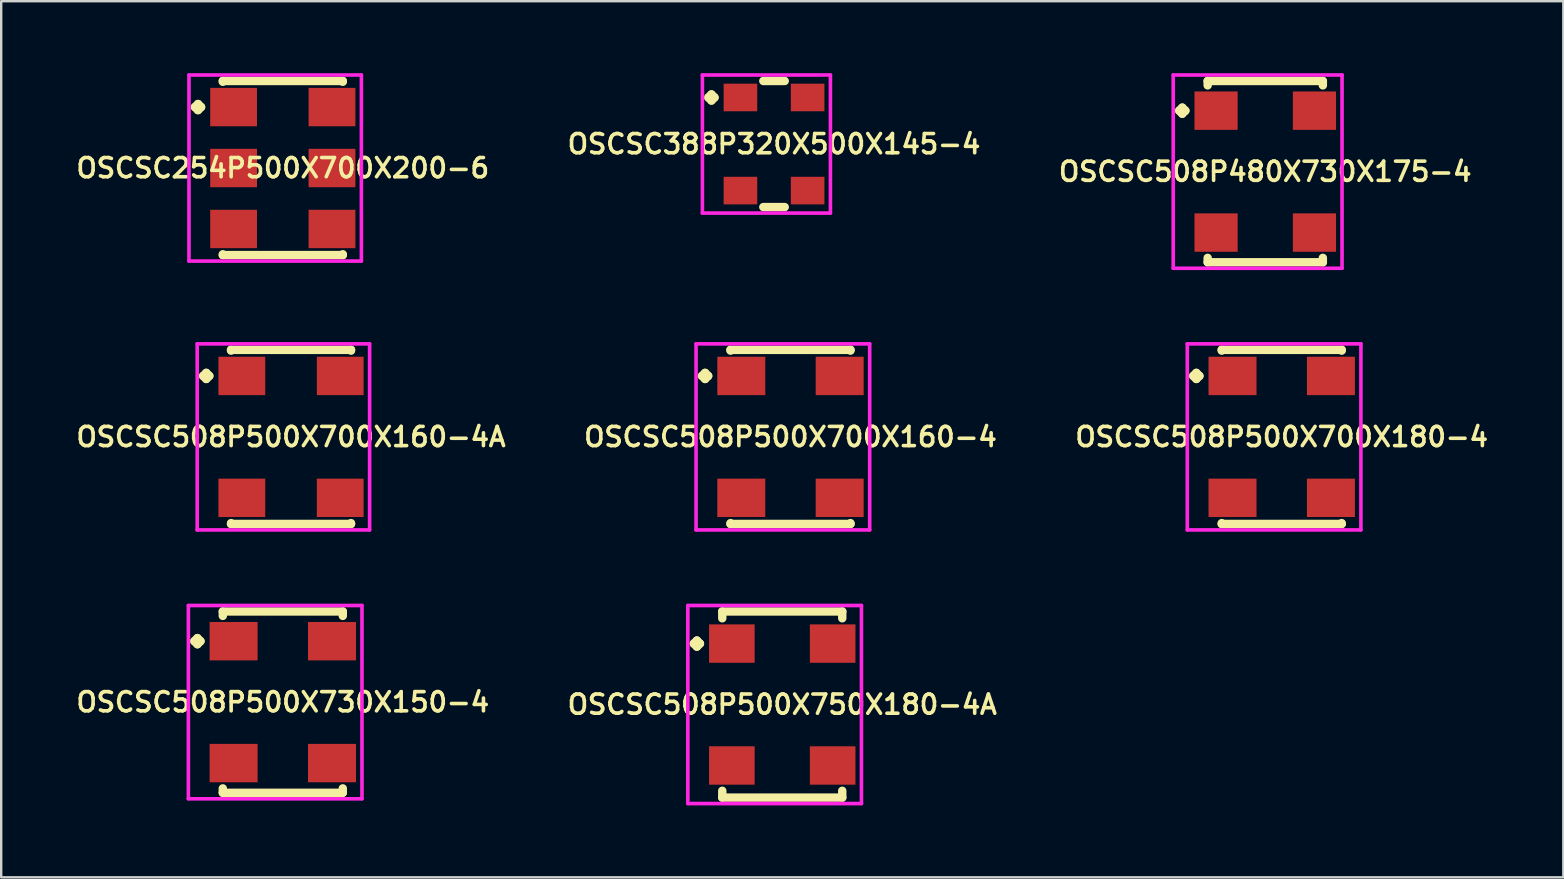
<source format=kicad_pcb>
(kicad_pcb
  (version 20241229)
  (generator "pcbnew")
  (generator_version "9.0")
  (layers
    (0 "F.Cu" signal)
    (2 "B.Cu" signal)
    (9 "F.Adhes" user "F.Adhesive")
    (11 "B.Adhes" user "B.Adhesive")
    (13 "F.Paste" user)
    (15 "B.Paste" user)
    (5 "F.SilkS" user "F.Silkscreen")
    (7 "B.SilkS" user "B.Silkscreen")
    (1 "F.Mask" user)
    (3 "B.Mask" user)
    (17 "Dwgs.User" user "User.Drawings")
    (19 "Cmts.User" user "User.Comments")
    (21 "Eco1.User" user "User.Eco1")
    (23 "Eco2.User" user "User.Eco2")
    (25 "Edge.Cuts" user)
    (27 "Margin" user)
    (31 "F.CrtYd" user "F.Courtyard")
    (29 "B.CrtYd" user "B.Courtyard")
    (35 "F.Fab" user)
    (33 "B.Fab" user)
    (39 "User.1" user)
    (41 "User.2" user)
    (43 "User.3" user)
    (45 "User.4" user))
  (footprint "OSCSC508P500X750X180-4A"
    (layer "F.Cu")
    (at 29.549 26.31)
    (property "Reference" "OSCSC508P500X750X180-4A" (at 0 0 0) (layer "F.SilkS") (effects (font (size 0.8 0.8) (thickness 0.15))))
    (attr smd)
    (fp_line (start -3.685 -2.54) (end -3.558 -2.667) (stroke (width 0.35) (type solid)) (layer "F.SilkS"))
    (fp_line (start -3.558 -2.667) (end -3.431 -2.54) (stroke (width 0.35) (type solid)) (layer "F.SilkS"))
    (fp_line (start -3.558 -2.413) (end -3.685 -2.54) (stroke (width 0.35) (type solid)) (layer "F.SilkS"))
    (fp_line (start -3.431 -2.54) (end -3.558 -2.413) (stroke (width 0.35) (type solid)) (layer "F.SilkS"))
    (fp_line (start -2.5 -3.877) (end 2.5 -3.877) (stroke (width 0.35) (type solid)) (layer "F.SilkS"))
    (fp_line (start -2.5 -3.594) (end -2.5 -3.877) (stroke (width 0.35) (type solid)) (layer "F.SilkS"))
    (fp_line (start -2.5 3.594) (end -2.5 3.877) (stroke (width 0.35) (type solid)) (layer "F.SilkS"))
    (fp_line (start -2.5 3.877) (end 2.5 3.877) (stroke (width 0.35) (type solid)) (layer "F.SilkS"))
    (fp_line (start 2.5 -3.877) (end 2.5 -3.594) (stroke (width 0.35) (type solid)) (layer "F.SilkS"))
    (fp_line (start 2.5 3.877) (end 2.5 3.594) (stroke (width 0.35) (type solid)) (layer "F.SilkS"))
    (fp_line (start -3.935 -4.127) (end 3.3 -4.127) (stroke (width 0.15) (type solid)) (layer "F.CrtYd"))
    (fp_line (start -3.935 4.127) (end -3.935 -4.127) (stroke (width 0.15) (type solid)) (layer "F.CrtYd"))
    (fp_line (start 3.3 -4.127) (end 3.3 4.127) (stroke (width 0.15) (type solid)) (layer "F.CrtYd"))
    (fp_line (start 3.3 4.127) (end -3.935 4.127) (stroke (width 0.15) (type solid)) (layer "F.CrtYd"))
    (pad "1" smd rect (at -2.1 -2.54) (size 1.9 1.6) (layers "F.Cu" "F.Mask" "F.Paste"))
    (pad "2" smd rect (at -2.1 2.54) (size 1.9 1.6) (layers "F.Cu" "F.Mask" "F.Paste"))
    (pad "3" smd rect (at 2.1 2.54) (size 1.9 1.6) (layers "F.Cu" "F.Mask" "F.Paste"))
    (pad "4" smd rect (at 2.1 -2.54) (size 1.9 1.6) (layers "F.Cu" "F.Mask" "F.Paste")))
  (footprint "OSCSC508P500X700X160-4A"
    (layer "F.Cu")
    (at 9.078 15.156)
    (property "Reference" "OSCSC508P500X700X160-4A" (at 0 0 0) (layer "F.SilkS") (effects (font (size 0.8 0.8) (thickness 0.15))))
    (attr smd)
    (fp_line (start -3.66 -2.54) (end -3.533 -2.667) (stroke (width 0.35) (type solid)) (layer "F.SilkS"))
    (fp_line (start -3.533 -2.667) (end -3.406 -2.54) (stroke (width 0.35) (type solid)) (layer "F.SilkS"))
    (fp_line (start -3.533 -2.413) (end -3.66 -2.54) (stroke (width 0.35) (type solid)) (layer "F.SilkS"))
    (fp_line (start -3.406 -2.54) (end -3.533 -2.413) (stroke (width 0.35) (type solid)) (layer "F.SilkS"))
    (fp_line (start -2.5 -3.627) (end 2.5 -3.627) (stroke (width 0.35) (type solid)) (layer "F.SilkS"))
    (fp_line (start -2.5 -3.594) (end -2.5 -3.627) (stroke (width 0.35) (type solid)) (layer "F.SilkS"))
    (fp_line (start -2.5 3.594) (end -2.5 3.627) (stroke (width 0.35) (type solid)) (layer "F.SilkS"))
    (fp_line (start -2.5 3.627) (end 2.5 3.627) (stroke (width 0.35) (type solid)) (layer "F.SilkS"))
    (fp_line (start 2.5 -3.627) (end 2.5 -3.594) (stroke (width 0.35) (type solid)) (layer "F.SilkS"))
    (fp_line (start 2.5 3.627) (end 2.5 3.594) (stroke (width 0.35) (type solid)) (layer "F.SilkS"))
    (fp_line (start -3.91 -3.877) (end 3.275 -3.877) (stroke (width 0.15) (type solid)) (layer "F.CrtYd"))
    (fp_line (start -3.91 3.877) (end -3.91 -3.877) (stroke (width 0.15) (type solid)) (layer "F.CrtYd"))
    (fp_line (start 3.275 -3.877) (end 3.275 3.877) (stroke (width 0.15) (type solid)) (layer "F.CrtYd"))
    (fp_line (start 3.275 3.877) (end -3.91 3.877) (stroke (width 0.15) (type solid)) (layer "F.CrtYd"))
    (pad "1" smd rect (at -2.05 -2.54) (size 1.95 1.6) (layers "F.Cu" "F.Mask" "F.Paste"))
    (pad "2" smd rect (at -2.05 2.54) (size 1.95 1.6) (layers "F.Cu" "F.Mask" "F.Paste"))
    (pad "3" smd rect (at 2.05 2.54) (size 1.95 1.6) (layers "F.Cu" "F.Mask" "F.Paste"))
    (pad "4" smd rect (at 2.05 -2.54) (size 1.95 1.6) (layers "F.Cu" "F.Mask" "F.Paste")))
  (footprint "OSCSC508P500X700X180-4"
    (layer "F.Cu")
    (at 50.363 15.156)
    (property "Reference" "OSCSC508P500X700X180-4" (at 0 0 0) (layer "F.SilkS") (effects (font (size 0.8 0.8) (thickness 0.15))))
    (attr smd)
    (fp_line (start -3.685 -2.54) (end -3.558 -2.667) (stroke (width 0.35) (type solid)) (layer "F.SilkS"))
    (fp_line (start -3.558 -2.667) (end -3.431 -2.54) (stroke (width 0.35) (type solid)) (layer "F.SilkS"))
    (fp_line (start -3.558 -2.413) (end -3.685 -2.54) (stroke (width 0.35) (type solid)) (layer "F.SilkS"))
    (fp_line (start -3.431 -2.54) (end -3.558 -2.413) (stroke (width 0.35) (type solid)) (layer "F.SilkS"))
    (fp_line (start -2.5 -3.627) (end 2.5 -3.627) (stroke (width 0.35) (type solid)) (layer "F.SilkS"))
    (fp_line (start -2.5 -3.594) (end -2.5 -3.627) (stroke (width 0.35) (type solid)) (layer "F.SilkS"))
    (fp_line (start -2.5 3.594) (end -2.5 3.627) (stroke (width 0.35) (type solid)) (layer "F.SilkS"))
    (fp_line (start -2.5 3.627) (end 2.5 3.627) (stroke (width 0.35) (type solid)) (layer "F.SilkS"))
    (fp_line (start 2.5 -3.627) (end 2.5 -3.594) (stroke (width 0.35) (type solid)) (layer "F.SilkS"))
    (fp_line (start 2.5 3.627) (end 2.5 3.594) (stroke (width 0.35) (type solid)) (layer "F.SilkS"))
    (fp_line (start -3.935 -3.877) (end 3.3 -3.877) (stroke (width 0.15) (type solid)) (layer "F.CrtYd"))
    (fp_line (start -3.935 3.877) (end -3.935 -3.877) (stroke (width 0.15) (type solid)) (layer "F.CrtYd"))
    (fp_line (start 3.3 -3.877) (end 3.3 3.877) (stroke (width 0.15) (type solid)) (layer "F.CrtYd"))
    (fp_line (start 3.3 3.877) (end -3.935 3.877) (stroke (width 0.15) (type solid)) (layer "F.CrtYd"))
    (pad "1" smd rect (at -2.05 -2.54) (size 2 1.6) (layers "F.Cu" "F.Mask" "F.Paste"))
    (pad "2" smd rect (at -2.05 2.54) (size 2 1.6) (layers "F.Cu" "F.Mask" "F.Paste"))
    (pad "3" smd rect (at 2.05 2.54) (size 2 1.6) (layers "F.Cu" "F.Mask" "F.Paste"))
    (pad "4" smd rect (at 2.05 -2.54) (size 2 1.6) (layers "F.Cu" "F.Mask" "F.Paste")))
  (footprint "OSCSC388P320X500X145-4"
    (layer "F.Cu")
    (at 29.206 2.952)
    (property "Reference" "OSCSC388P320X500X145-4" (at 0 0 0) (layer "F.SilkS") (effects (font (size 0.8 0.8) (thickness 0.15))))
    (attr smd)
    (fp_line (start -2.735 -1.94) (end -2.608 -2.067) (stroke (width 0.35) (type solid)) (layer "F.SilkS"))
    (fp_line (start -2.608 -2.067) (end -2.481 -1.94) (stroke (width 0.35) (type solid)) (layer "F.SilkS"))
    (fp_line (start -2.608 -1.813) (end -2.735 -1.94) (stroke (width 0.35) (type solid)) (layer "F.SilkS"))
    (fp_line (start -2.481 -1.94) (end -2.608 -1.813) (stroke (width 0.35) (type solid)) (layer "F.SilkS"))
    (fp_line (start -0.446 -2.627) (end 0.446 -2.627) (stroke (width 0.35) (type solid)) (layer "F.SilkS"))
    (fp_line (start -0.446 2.627) (end 0.446 2.627) (stroke (width 0.35) (type solid)) (layer "F.SilkS"))
    (fp_line (start -2.985 -2.877) (end 2.35 -2.877) (stroke (width 0.15) (type solid)) (layer "F.CrtYd"))
    (fp_line (start -2.985 2.877) (end -2.985 -2.877) (stroke (width 0.15) (type solid)) (layer "F.CrtYd"))
    (fp_line (start 2.35 -2.877) (end 2.35 2.877) (stroke (width 0.15) (type solid)) (layer "F.CrtYd"))
    (fp_line (start 2.35 2.877) (end -2.985 2.877) (stroke (width 0.15) (type solid)) (layer "F.CrtYd"))
    (pad "1" smd rect (at -1.4 -1.94) (size 1.4 1.15) (layers "F.Cu" "F.Mask" "F.Paste"))
    (pad "2" smd rect (at -1.4 1.94) (size 1.4 1.15) (layers "F.Cu" "F.Mask" "F.Paste"))
    (pad "3" smd rect (at 1.4 1.94) (size 1.4 1.15) (layers "F.Cu" "F.Mask" "F.Paste"))
    (pad "4" smd rect (at 1.4 -1.94) (size 1.4 1.15) (layers "F.Cu" "F.Mask" "F.Paste")))
  (footprint "OSCSC508P480X730X175-4"
    (layer "F.Cu")
    (at 49.677 4.102)
    (property "Reference" "OSCSC508P480X730X175-4" (at 0 0 0) (layer "F.SilkS") (effects (font (size 0.8 0.8) (thickness 0.15))))
    (attr smd)
    (fp_line (start -3.585 -2.54) (end -3.458 -2.667) (stroke (width 0.35) (type solid)) (layer "F.SilkS"))
    (fp_line (start -3.458 -2.667) (end -3.331 -2.54) (stroke (width 0.35) (type solid)) (layer "F.SilkS"))
    (fp_line (start -3.458 -2.413) (end -3.585 -2.54) (stroke (width 0.35) (type solid)) (layer "F.SilkS"))
    (fp_line (start -3.331 -2.54) (end -3.458 -2.413) (stroke (width 0.35) (type solid)) (layer "F.SilkS"))
    (fp_line (start -2.4 -3.777) (end 2.4 -3.777) (stroke (width 0.35) (type solid)) (layer "F.SilkS"))
    (fp_line (start -2.4 -3.594) (end -2.4 -3.777) (stroke (width 0.35) (type solid)) (layer "F.SilkS"))
    (fp_line (start -2.4 3.594) (end -2.4 3.777) (stroke (width 0.35) (type solid)) (layer "F.SilkS"))
    (fp_line (start -2.4 3.777) (end 2.4 3.777) (stroke (width 0.35) (type solid)) (layer "F.SilkS"))
    (fp_line (start 2.4 -3.777) (end 2.4 -3.594) (stroke (width 0.35) (type solid)) (layer "F.SilkS"))
    (fp_line (start 2.4 3.777) (end 2.4 3.594) (stroke (width 0.35) (type solid)) (layer "F.SilkS"))
    (fp_line (start -3.835 -4.027) (end 3.2 -4.027) (stroke (width 0.15) (type solid)) (layer "F.CrtYd"))
    (fp_line (start -3.835 4.027) (end -3.835 -4.027) (stroke (width 0.15) (type solid)) (layer "F.CrtYd"))
    (fp_line (start 3.2 -4.027) (end 3.2 4.027) (stroke (width 0.15) (type solid)) (layer "F.CrtYd"))
    (fp_line (start 3.2 4.027) (end -3.835 4.027) (stroke (width 0.15) (type solid)) (layer "F.CrtYd"))
    (pad "1" smd rect (at -2.05 -2.54) (size 1.8 1.6) (layers "F.Cu" "F.Mask" "F.Paste"))
    (pad "2" smd rect (at -2.05 2.54) (size 1.8 1.6) (layers "F.Cu" "F.Mask" "F.Paste"))
    (pad "3" smd rect (at 2.05 2.54) (size 1.8 1.6) (layers "F.Cu" "F.Mask" "F.Paste"))
    (pad "4" smd rect (at 2.05 -2.54) (size 1.8 1.6) (layers "F.Cu" "F.Mask" "F.Paste")))
  (footprint "OSCSC508P500X700X160-4"
    (layer "F.Cu")
    (at 29.892 15.156)
    (property "Reference" "OSCSC508P500X700X160-4" (at 0 0 0) (layer "F.SilkS") (effects (font (size 0.8 0.8) (thickness 0.15))))
    (attr smd)
    (fp_line (start -3.685 -2.54) (end -3.558 -2.667) (stroke (width 0.35) (type solid)) (layer "F.SilkS"))
    (fp_line (start -3.558 -2.667) (end -3.431 -2.54) (stroke (width 0.35) (type solid)) (layer "F.SilkS"))
    (fp_line (start -3.558 -2.413) (end -3.685 -2.54) (stroke (width 0.35) (type solid)) (layer "F.SilkS"))
    (fp_line (start -3.431 -2.54) (end -3.558 -2.413) (stroke (width 0.35) (type solid)) (layer "F.SilkS"))
    (fp_line (start -2.5 -3.627) (end 2.5 -3.627) (stroke (width 0.35) (type solid)) (layer "F.SilkS"))
    (fp_line (start -2.5 -3.594) (end -2.5 -3.627) (stroke (width 0.35) (type solid)) (layer "F.SilkS"))
    (fp_line (start -2.5 3.594) (end -2.5 3.627) (stroke (width 0.35) (type solid)) (layer "F.SilkS"))
    (fp_line (start -2.5 3.627) (end 2.5 3.627) (stroke (width 0.35) (type solid)) (layer "F.SilkS"))
    (fp_line (start 2.5 -3.627) (end 2.5 -3.594) (stroke (width 0.35) (type solid)) (layer "F.SilkS"))
    (fp_line (start 2.5 3.627) (end 2.5 3.594) (stroke (width 0.35) (type solid)) (layer "F.SilkS"))
    (fp_line (start -3.935 -3.877) (end 3.3 -3.877) (stroke (width 0.15) (type solid)) (layer "F.CrtYd"))
    (fp_line (start -3.935 3.877) (end -3.935 -3.877) (stroke (width 0.15) (type solid)) (layer "F.CrtYd"))
    (fp_line (start 3.3 -3.877) (end 3.3 3.877) (stroke (width 0.15) (type solid)) (layer "F.CrtYd"))
    (fp_line (start 3.3 3.877) (end -3.935 3.877) (stroke (width 0.15) (type solid)) (layer "F.CrtYd"))
    (pad "1" smd rect (at -2.05 -2.54) (size 2 1.6) (layers "F.Cu" "F.Mask" "F.Paste"))
    (pad "2" smd rect (at -2.05 2.54) (size 2 1.6) (layers "F.Cu" "F.Mask" "F.Paste"))
    (pad "3" smd rect (at 2.05 2.54) (size 2 1.6) (layers "F.Cu" "F.Mask" "F.Paste"))
    (pad "4" smd rect (at 2.05 -2.54) (size 2 1.6) (layers "F.Cu" "F.Mask" "F.Paste")))
  (footprint "OSCSC254P500X700X200-6"
    (layer "F.Cu")
    (at 8.735 3.952)
    (property "Reference" "OSCSC254P500X700X200-6" (at 0 0 0) (layer "F.SilkS") (effects (font (size 0.8 0.8) (thickness 0.15))))
    (attr smd)
    (fp_line (start -3.66 -2.54) (end -3.533 -2.667) (stroke (width 0.35) (type solid)) (layer "F.SilkS"))
    (fp_line (start -3.533 -2.667) (end -3.406 -2.54) (stroke (width 0.35) (type solid)) (layer "F.SilkS"))
    (fp_line (start -3.533 -2.413) (end -3.66 -2.54) (stroke (width 0.35) (type solid)) (layer "F.SilkS"))
    (fp_line (start -3.406 -2.54) (end -3.533 -2.413) (stroke (width 0.35) (type solid)) (layer "F.SilkS"))
    (fp_line (start -2.5 -3.627) (end 2.5 -3.627) (stroke (width 0.35) (type solid)) (layer "F.SilkS"))
    (fp_line (start -2.5 -3.594) (end -2.5 -3.627) (stroke (width 0.35) (type solid)) (layer "F.SilkS"))
    (fp_line (start -2.5 3.594) (end -2.5 3.627) (stroke (width 0.35) (type solid)) (layer "F.SilkS"))
    (fp_line (start -2.5 3.627) (end 2.5 3.627) (stroke (width 0.35) (type solid)) (layer "F.SilkS"))
    (fp_line (start 2.5 -3.627) (end 2.5 -3.594) (stroke (width 0.35) (type solid)) (layer "F.SilkS"))
    (fp_line (start 2.5 3.627) (end 2.5 3.594) (stroke (width 0.35) (type solid)) (layer "F.SilkS"))
    (fp_line (start -3.91 -3.877) (end 3.275 -3.877) (stroke (width 0.15) (type solid)) (layer "F.CrtYd"))
    (fp_line (start -3.91 3.877) (end -3.91 -3.877) (stroke (width 0.15) (type solid)) (layer "F.CrtYd"))
    (fp_line (start 3.275 -3.877) (end 3.275 3.877) (stroke (width 0.15) (type solid)) (layer "F.CrtYd"))
    (fp_line (start 3.275 3.877) (end -3.91 3.877) (stroke (width 0.15) (type solid)) (layer "F.CrtYd"))
    (pad "1" smd rect (at -2.05 -2.54) (size 1.95 1.6) (layers "F.Cu" "F.Mask" "F.Paste"))
    (pad "2" smd rect (at -2.05 0) (size 1.95 1.6) (layers "F.Cu" "F.Mask" "F.Paste"))
    (pad "3" smd rect (at -2.05 2.54) (size 1.95 1.6) (layers "F.Cu" "F.Mask" "F.Paste"))
    (pad "4" smd rect (at 2.05 2.54) (size 1.95 1.6) (layers "F.Cu" "F.Mask" "F.Paste"))
    (pad "5" smd rect (at 2.05 0) (size 1.95 1.6) (layers "F.Cu" "F.Mask" "F.Paste"))
    (pad "6" smd rect (at 2.05 -2.54) (size 1.95 1.6) (layers "F.Cu" "F.Mask" "F.Paste")))
  (footprint "OSCSC508P500X730X150-4"
    (layer "F.Cu")
    (at 8.735 26.21)
    (property "Reference" "OSCSC508P500X730X150-4" (at 0 0 0) (layer "F.SilkS") (effects (font (size 0.8 0.8) (thickness 0.15))))
    (attr smd)
    (fp_line (start -3.685 -2.54) (end -3.558 -2.667) (stroke (width 0.35) (type solid)) (layer "F.SilkS"))
    (fp_line (start -3.558 -2.667) (end -3.431 -2.54) (stroke (width 0.35) (type solid)) (layer "F.SilkS"))
    (fp_line (start -3.558 -2.413) (end -3.685 -2.54) (stroke (width 0.35) (type solid)) (layer "F.SilkS"))
    (fp_line (start -3.431 -2.54) (end -3.558 -2.413) (stroke (width 0.35) (type solid)) (layer "F.SilkS"))
    (fp_line (start -2.5 -3.777) (end 2.5 -3.777) (stroke (width 0.35) (type solid)) (layer "F.SilkS"))
    (fp_line (start -2.5 -3.594) (end -2.5 -3.777) (stroke (width 0.35) (type solid)) (layer "F.SilkS"))
    (fp_line (start -2.5 3.594) (end -2.5 3.777) (stroke (width 0.35) (type solid)) (layer "F.SilkS"))
    (fp_line (start -2.5 3.777) (end 2.5 3.777) (stroke (width 0.35) (type solid)) (layer "F.SilkS"))
    (fp_line (start 2.5 -3.777) (end 2.5 -3.594) (stroke (width 0.35) (type solid)) (layer "F.SilkS"))
    (fp_line (start 2.5 3.777) (end 2.5 3.594) (stroke (width 0.35) (type solid)) (layer "F.SilkS"))
    (fp_line (start -3.935 -4.027) (end 3.3 -4.027) (stroke (width 0.15) (type solid)) (layer "F.CrtYd"))
    (fp_line (start -3.935 4.027) (end -3.935 -4.027) (stroke (width 0.15) (type solid)) (layer "F.CrtYd"))
    (fp_line (start 3.3 -4.027) (end 3.3 4.027) (stroke (width 0.15) (type solid)) (layer "F.CrtYd"))
    (fp_line (start 3.3 4.027) (end -3.935 4.027) (stroke (width 0.15) (type solid)) (layer "F.CrtYd"))
    (pad "1" smd rect (at -2.05 -2.54) (size 2 1.6) (layers "F.Cu" "F.Mask" "F.Paste"))
    (pad "2" smd rect (at -2.05 2.54) (size 2 1.6) (layers "F.Cu" "F.Mask" "F.Paste"))
    (pad "3" smd rect (at 2.05 2.54) (size 2 1.6) (layers "F.Cu" "F.Mask" "F.Paste"))
    (pad "4" smd rect (at 2.05 -2.54) (size 2 1.6) (layers "F.Cu" "F.Mask" "F.Paste")))
  (gr_rect
    (start -3 -3)
    (end 62.099 33.512)
    (stroke (width 0.1) (type default))
    (fill no)
    (layer "Edge.Cuts")))
</source>
